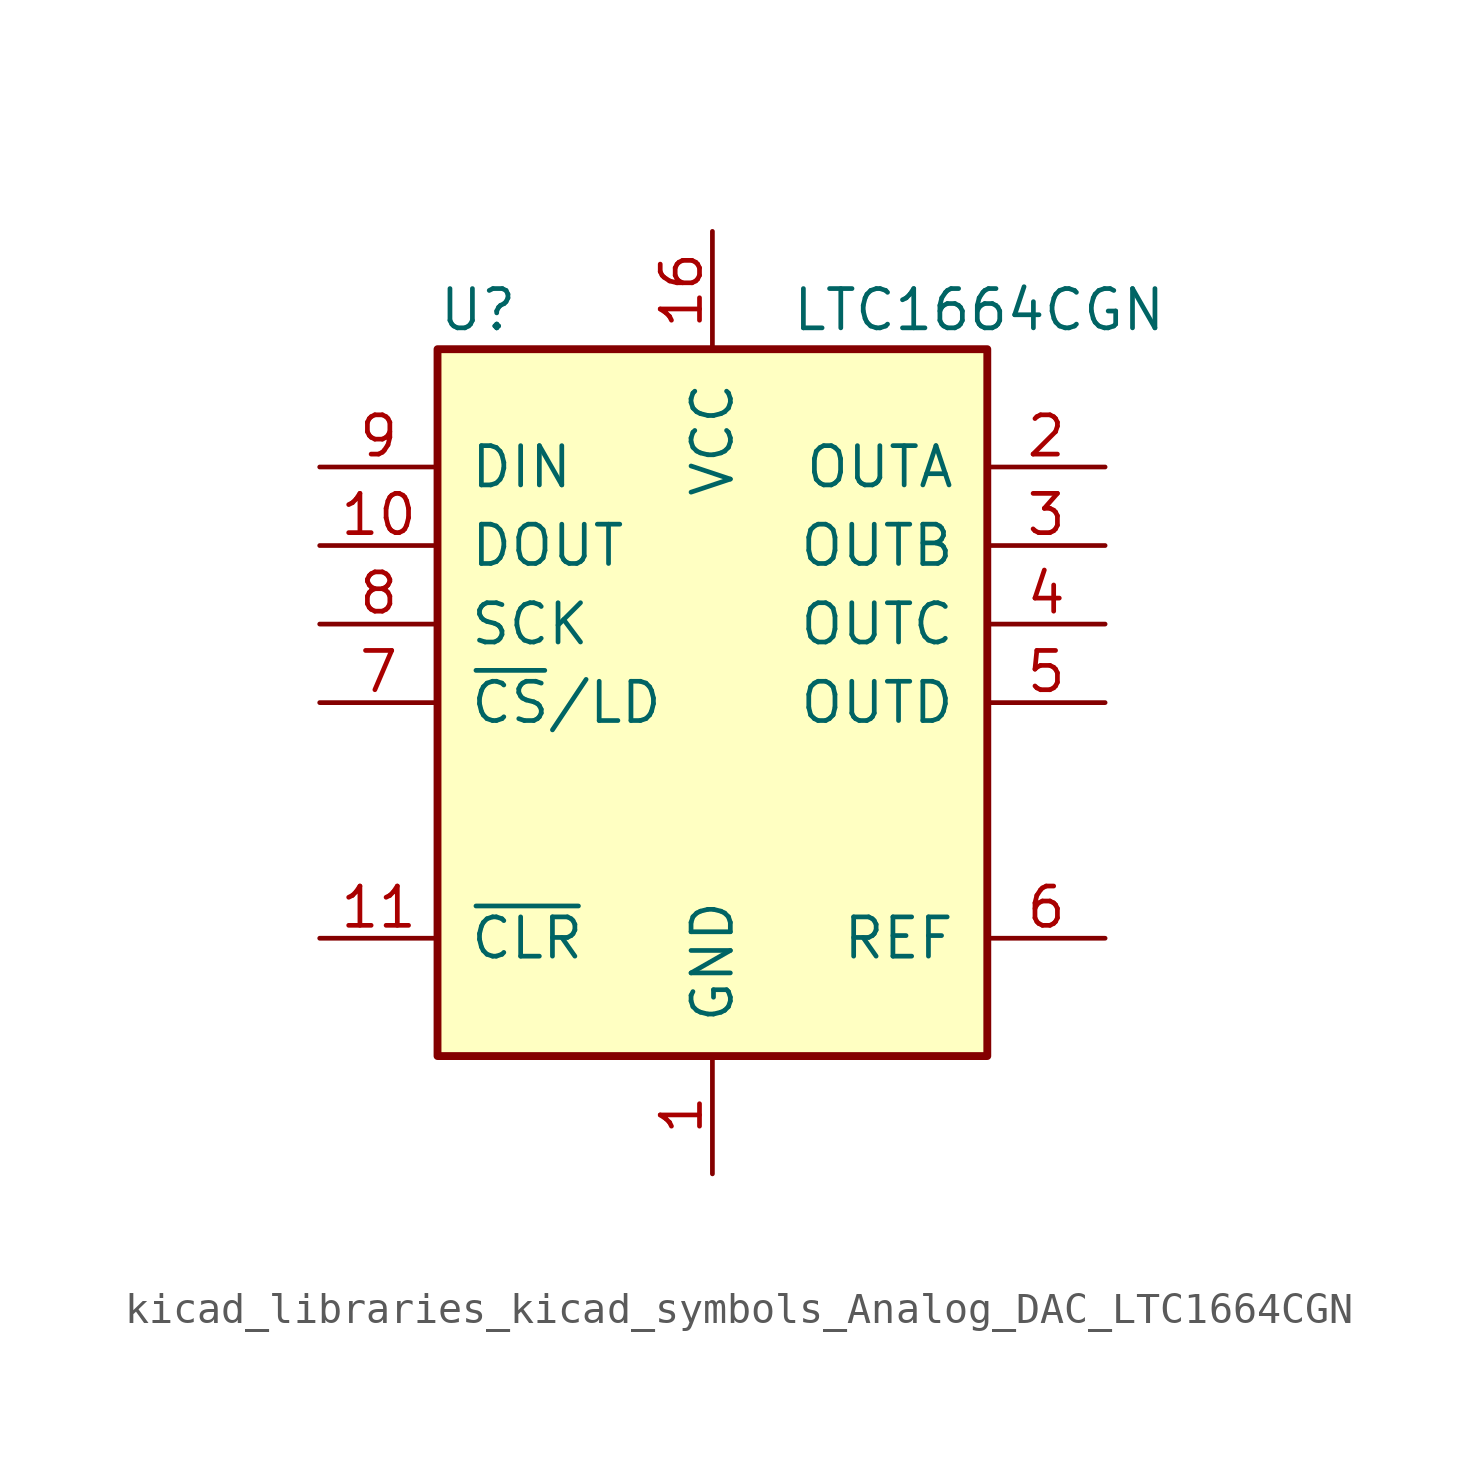
<source format=kicad_sym>
(kicad_symbol_lib
  (version 20220914)
  (generator kicad_symbol_editor)
  (symbol "kicad_libraries_kicad_symbols_Analog_DAC_LTC1664CGN"
    (pin_names
      (offset 1.016))
    (property "Reference" "U"
      (at -8.89 12.7 0)
      (effects (font (size 1.27 1.27)) (justify left)))
    (property "Value" "LTC1664CGN"
      (at 2.54 12.7 0)
      (effects (font (size 1.27 1.27)) (justify left)))
    (symbol "kicad_libraries_kicad_symbols_Analog_DAC_LTC1664CGN_0_1"
      (rectangle (start -8.89 11.43) (end 8.89 -11.43) (stroke (width 0.254) (type default)) (fill (type background))))
    (symbol "kicad_libraries_kicad_symbols_Analog_DAC_LTC1664CGN_1_1"
      (pin power_in line (at 0 -15.24 90) (length 3.81) (name "GND" (effects (font (size 1.27 1.27)))) (number "1" (effects (font (size 1.27 1.27)))))
      (pin output line (at -12.7 5.08 0) (length 3.81) (name "DOUT" (effects (font (size 1.27 1.27)))) (number "10" (effects (font (size 1.27 1.27)))))
      (pin input line (at -12.7 -7.62 0) (length 3.81) (name "~{CLR}" (effects (font (size 1.27 1.27)))) (number "11" (effects (font (size 1.27 1.27)))))
      (pin no_connect line (at -5.08 -11.43 90) (length 3.81) hide (name "NC" (effects (font (size 1.27 1.27)))) (number "12" (effects (font (size 1.27 1.27)))))
      (pin no_connect line (at -2.54 -11.43 90) (length 3.81) hide (name "NC" (effects (font (size 1.27 1.27)))) (number "13" (effects (font (size 1.27 1.27)))))
      (pin no_connect line (at 2.54 -11.43 90) (length 3.81) hide (name "NC" (effects (font (size 1.27 1.27)))) (number "14" (effects (font (size 1.27 1.27)))))
      (pin no_connect line (at 5.08 -11.43 90) (length 3.81) hide (name "NC" (effects (font (size 1.27 1.27)))) (number "15" (effects (font (size 1.27 1.27)))))
      (pin power_in line (at 0 15.24 270) (length 3.81) (name "VCC" (effects (font (size 1.27 1.27)))) (number "16" (effects (font (size 1.27 1.27)))))
      (pin output line (at 12.7 7.62 180) (length 3.81) (name "OUTA" (effects (font (size 1.27 1.27)))) (number "2" (effects (font (size 1.27 1.27)))))
      (pin output line (at 12.7 5.08 180) (length 3.81) (name "OUTB" (effects (font (size 1.27 1.27)))) (number "3" (effects (font (size 1.27 1.27)))))
      (pin output line (at 12.7 2.54 180) (length 3.81) (name "OUTC" (effects (font (size 1.27 1.27)))) (number "4" (effects (font (size 1.27 1.27)))))
      (pin output line (at 12.7 0 180) (length 3.81) (name "OUTD" (effects (font (size 1.27 1.27)))) (number "5" (effects (font (size 1.27 1.27)))))
      (pin input line (at 12.7 -7.62 180) (length 3.81) (name "REF" (effects (font (size 1.27 1.27)))) (number "6" (effects (font (size 1.27 1.27)))))
      (pin input line (at -12.7 0 0) (length 3.81) (name "~{CS}/LD" (effects (font (size 1.27 1.27)))) (number "7" (effects (font (size 1.27 1.27)))))
      (pin input line (at -12.7 2.54 0) (length 3.81) (name "SCK" (effects (font (size 1.27 1.27)))) (number "8" (effects (font (size 1.27 1.27)))))
      (pin input line (at -12.7 7.62 0) (length 3.81) (name "DIN" (effects (font (size 1.27 1.27)))) (number "9" (effects (font (size 1.27 1.27))))))))
</source>
